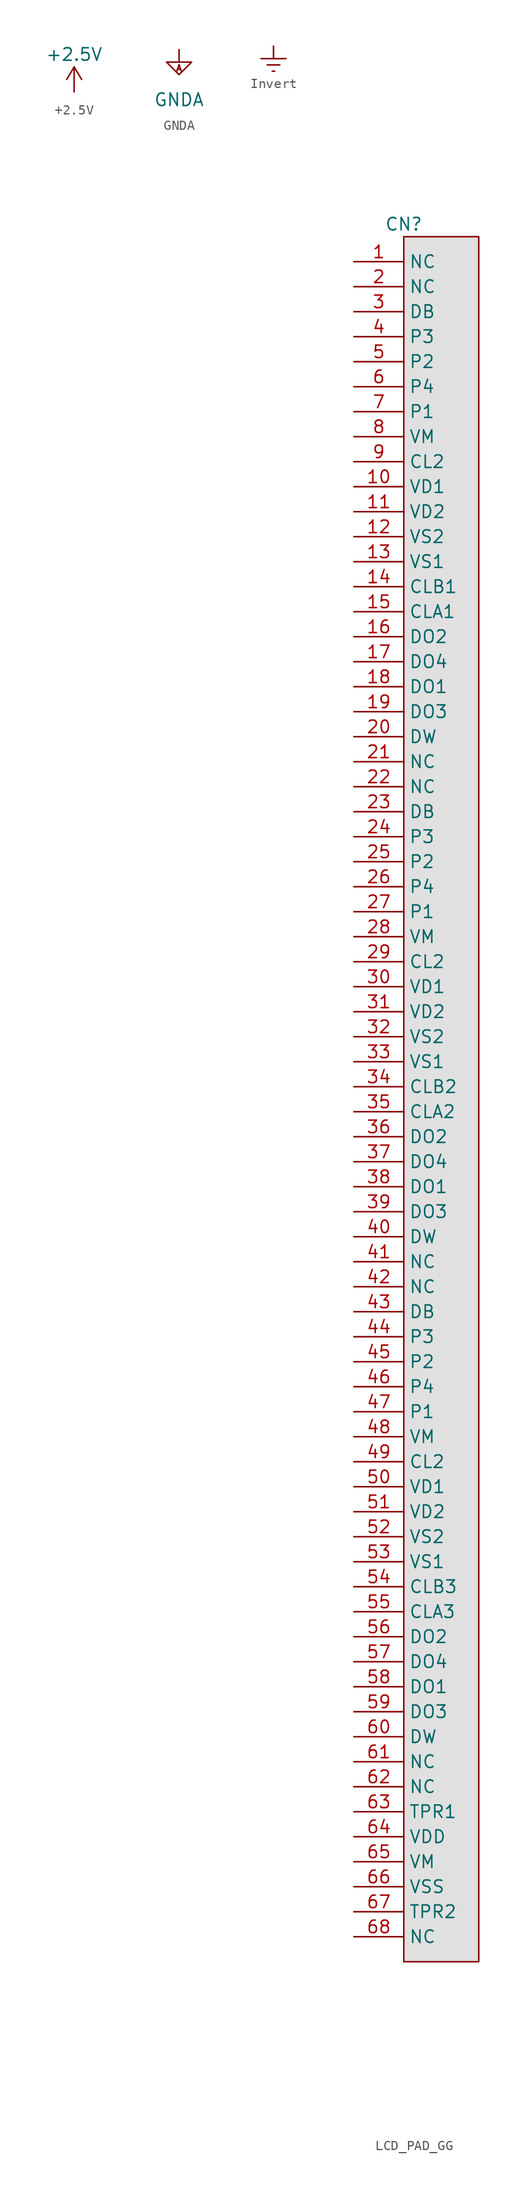
<source format=kicad_sym>
(kicad_symbol_lib
  (version 20220914)
  (generator kicad_symbol_editor)
  (symbol "+2.5V"
    (power)
    (pin_names
      (offset 0))
    (property "Reference" "#PWR033"
      (at 0 -3.81 0)
      (effects (font (size 1.27 1.27)) hide))
    (property "Value" "+2.5V"
      (at 0 3.81 0)
      (effects (font (size 1.27 1.27))))
    (symbol "+2.5V_0_1"
      (polyline (pts (xy -0.762 1.27) (xy 0 2.54)) (stroke (width 0) (type default)) (fill (type none)))
      (polyline (pts (xy 0 0) (xy 0 2.54)) (stroke (width 0) (type default)) (fill (type none)))
      (polyline (pts (xy 0 2.54) (xy 0.762 1.27)) (stroke (width 0) (type default)) (fill (type none))))
    (symbol "+2.5V_1_1"
      (pin power_in line (at 0 0 90) (length 0) hide (name "+2.5VA" (effects (font (size 1.27 1.27)))) (number "1" (effects (font (size 1.27 1.27)))))))
  (symbol "GNDA"
    (power)
    (pin_names
      (offset 0))
    (property "Reference" "#PWR021"
      (at 0 -6.35 0)
      (effects (font (size 1.27 1.27)) hide))
    (property "Value" "GNDA"
      (at 0 -5.08 0)
      (effects (font (size 1.27 1.27))))
    (symbol "GNDA_0_1"
      (polyline (pts (xy 0 0) (xy 0 -1.27) (xy 1.27 -1.27) (xy 0 -2.54) (xy -1.27 -1.27) (xy 0 -1.27)) (stroke (width 0) (type default)) (fill (type none)))
      (text "A" (at 0 -1.88 0) (effects (font (size 0.635 0.635)))))
    (symbol "GNDA_1_1"
      (pin power_in line (at 0 0 270) (length 0) hide (name "GNDA" (effects (font (size 1.27 1.27)))) (number "1" (effects (font (size 1.27 1.27)))))))
  (symbol "Invert"
    (power)
    (pin_names
      (offset 0))
    (property "Reference" "#PWR022"
      (at 0 -6.35 0)
      (effects (font (size 1.27 1.27)) hide))
    (symbol "Invert_0_1"
      (polyline (pts (xy -0.635 -1.905) (xy 0.635 -1.905)) (stroke (width 0) (type default)) (fill (type none)))
      (polyline (pts (xy -0.127 -2.54) (xy 0.127 -2.54)) (stroke (width 0) (type default)) (fill (type none)))
      (polyline (pts (xy 0 -1.27) (xy 0 0)) (stroke (width 0) (type default)) (fill (type none)))
      (polyline (pts (xy 1.27 -1.27) (xy -1.27 -1.27)) (stroke (width 0) (type default)) (fill (type none))))
    (symbol "Invert_1_1"
      (pin power_in line (at 0 0 270) (length 0) hide (name "Invert" (effects (font (size 1.27 1.27)))) (number "1" (effects (font (size 1.27 1.27)))))))
  (symbol "LCD_PAD_GG"
    (property "Reference" "CN"
      (at -3.81 88.9 0)
      (effects (font (size 1.27 1.27))))
    (property "Value" ""
      (at -3.81 88.9 0)
      (effects (font (size 1.27 1.27))))
    (symbol "LCD_PAD_GG_0_1"
      (rectangle (start -3.81 87.63) (end 3.81 -87.63) (stroke (width 0) (type default)) (fill (type color) (color 132 132 132 0.251))))
    (symbol "LCD_PAD_GG_1_1"
      (pin passive line (at -8.89 85.09 0) (length 5.08) (name "NC" (effects (font (size 1.27 1.27)))) (number "1" (effects (font (size 1.27 1.27)))))
      (pin passive line (at -8.89 62.23 0) (length 5.08) (name "VD1" (effects (font (size 1.27 1.27)))) (number "10" (effects (font (size 1.27 1.27)))))
      (pin passive line (at -8.89 59.69 0) (length 5.08) (name "VD2" (effects (font (size 1.27 1.27)))) (number "11" (effects (font (size 1.27 1.27)))))
      (pin passive line (at -8.89 57.15 0) (length 5.08) (name "VS2" (effects (font (size 1.27 1.27)))) (number "12" (effects (font (size 1.27 1.27)))))
      (pin passive line (at -8.89 54.61 0) (length 5.08) (name "VS1" (effects (font (size 1.27 1.27)))) (number "13" (effects (font (size 1.27 1.27)))))
      (pin passive line (at -8.89 52.07 0) (length 5.08) (name "CLB1" (effects (font (size 1.27 1.27)))) (number "14" (effects (font (size 1.27 1.27)))))
      (pin passive line (at -8.89 49.53 0) (length 5.08) (name "CLA1" (effects (font (size 1.27 1.27)))) (number "15" (effects (font (size 1.27 1.27)))))
      (pin passive line (at -8.89 46.99 0) (length 5.08) (name "DO2" (effects (font (size 1.27 1.27)))) (number "16" (effects (font (size 1.27 1.27)))))
      (pin passive line (at -8.89 44.45 0) (length 5.08) (name "DO4" (effects (font (size 1.27 1.27)))) (number "17" (effects (font (size 1.27 1.27)))))
      (pin passive line (at -8.89 41.91 0) (length 5.08) (name "DO1" (effects (font (size 1.27 1.27)))) (number "18" (effects (font (size 1.27 1.27)))))
      (pin passive line (at -8.89 39.37 0) (length 5.08) (name "DO3" (effects (font (size 1.27 1.27)))) (number "19" (effects (font (size 1.27 1.27)))))
      (pin passive line (at -8.89 82.55 0) (length 5.08) (name "NC" (effects (font (size 1.27 1.27)))) (number "2" (effects (font (size 1.27 1.27)))))
      (pin passive line (at -8.89 36.83 0) (length 5.08) (name "DW" (effects (font (size 1.27 1.27)))) (number "20" (effects (font (size 1.27 1.27)))))
      (pin passive line (at -8.89 34.29 0) (length 5.08) (name "NC" (effects (font (size 1.27 1.27)))) (number "21" (effects (font (size 1.27 1.27)))))
      (pin passive line (at -8.89 31.75 0) (length 5.08) (name "NC" (effects (font (size 1.27 1.27)))) (number "22" (effects (font (size 1.27 1.27)))))
      (pin passive line (at -8.89 29.21 0) (length 5.08) (name "DB" (effects (font (size 1.27 1.27)))) (number "23" (effects (font (size 1.27 1.27)))))
      (pin passive line (at -8.89 26.67 0) (length 5.08) (name "P3" (effects (font (size 1.27 1.27)))) (number "24" (effects (font (size 1.27 1.27)))))
      (pin passive line (at -8.89 24.13 0) (length 5.08) (name "P2" (effects (font (size 1.27 1.27)))) (number "25" (effects (font (size 1.27 1.27)))))
      (pin passive line (at -8.89 21.59 0) (length 5.08) (name "P4" (effects (font (size 1.27 1.27)))) (number "26" (effects (font (size 1.27 1.27)))))
      (pin passive line (at -8.89 19.05 0) (length 5.08) (name "P1" (effects (font (size 1.27 1.27)))) (number "27" (effects (font (size 1.27 1.27)))))
      (pin passive line (at -8.89 16.51 0) (length 5.08) (name "VM" (effects (font (size 1.27 1.27)))) (number "28" (effects (font (size 1.27 1.27)))))
      (pin passive line (at -8.89 13.97 0) (length 5.08) (name "CL2" (effects (font (size 1.27 1.27)))) (number "29" (effects (font (size 1.27 1.27)))))
      (pin passive line (at -8.89 80.01 0) (length 5.08) (name "DB" (effects (font (size 1.27 1.27)))) (number "3" (effects (font (size 1.27 1.27)))))
      (pin passive line (at -8.89 11.43 0) (length 5.08) (name "VD1" (effects (font (size 1.27 1.27)))) (number "30" (effects (font (size 1.27 1.27)))))
      (pin passive line (at -8.89 8.89 0) (length 5.08) (name "VD2" (effects (font (size 1.27 1.27)))) (number "31" (effects (font (size 1.27 1.27)))))
      (pin passive line (at -8.89 6.35 0) (length 5.08) (name "VS2" (effects (font (size 1.27 1.27)))) (number "32" (effects (font (size 1.27 1.27)))))
      (pin passive line (at -8.89 3.81 0) (length 5.08) (name "VS1" (effects (font (size 1.27 1.27)))) (number "33" (effects (font (size 1.27 1.27)))))
      (pin passive line (at -8.89 1.27 0) (length 5.08) (name "CLB2" (effects (font (size 1.27 1.27)))) (number "34" (effects (font (size 1.27 1.27)))))
      (pin passive line (at -8.89 -1.27 0) (length 5.08) (name "CLA2" (effects (font (size 1.27 1.27)))) (number "35" (effects (font (size 1.27 1.27)))))
      (pin passive line (at -8.89 -3.81 0) (length 5.08) (name "DO2" (effects (font (size 1.27 1.27)))) (number "36" (effects (font (size 1.27 1.27)))))
      (pin passive line (at -8.89 -6.35 0) (length 5.08) (name "DO4" (effects (font (size 1.27 1.27)))) (number "37" (effects (font (size 1.27 1.27)))))
      (pin passive line (at -8.89 -8.89 0) (length 5.08) (name "DO1" (effects (font (size 1.27 1.27)))) (number "38" (effects (font (size 1.27 1.27)))))
      (pin passive line (at -8.89 -11.43 0) (length 5.08) (name "DO3" (effects (font (size 1.27 1.27)))) (number "39" (effects (font (size 1.27 1.27)))))
      (pin passive line (at -8.89 77.47 0) (length 5.08) (name "P3" (effects (font (size 1.27 1.27)))) (number "4" (effects (font (size 1.27 1.27)))))
      (pin passive line (at -8.89 -13.97 0) (length 5.08) (name "DW" (effects (font (size 1.27 1.27)))) (number "40" (effects (font (size 1.27 1.27)))))
      (pin passive line (at -8.89 -16.51 0) (length 5.08) (name "NC" (effects (font (size 1.27 1.27)))) (number "41" (effects (font (size 1.27 1.27)))))
      (pin passive line (at -8.89 -19.05 0) (length 5.08) (name "NC" (effects (font (size 1.27 1.27)))) (number "42" (effects (font (size 1.27 1.27)))))
      (pin passive line (at -8.89 -21.59 0) (length 5.08) (name "DB" (effects (font (size 1.27 1.27)))) (number "43" (effects (font (size 1.27 1.27)))))
      (pin passive line (at -8.89 -24.13 0) (length 5.08) (name "P3" (effects (font (size 1.27 1.27)))) (number "44" (effects (font (size 1.27 1.27)))))
      (pin passive line (at -8.89 -26.67 0) (length 5.08) (name "P2" (effects (font (size 1.27 1.27)))) (number "45" (effects (font (size 1.27 1.27)))))
      (pin passive line (at -8.89 -29.21 0) (length 5.08) (name "P4" (effects (font (size 1.27 1.27)))) (number "46" (effects (font (size 1.27 1.27)))))
      (pin passive line (at -8.89 -31.75 0) (length 5.08) (name "P1" (effects (font (size 1.27 1.27)))) (number "47" (effects (font (size 1.27 1.27)))))
      (pin passive line (at -8.89 -34.29 0) (length 5.08) (name "VM" (effects (font (size 1.27 1.27)))) (number "48" (effects (font (size 1.27 1.27)))))
      (pin passive line (at -8.89 -36.83 0) (length 5.08) (name "CL2" (effects (font (size 1.27 1.27)))) (number "49" (effects (font (size 1.27 1.27)))))
      (pin passive line (at -8.89 74.93 0) (length 5.08) (name "P2" (effects (font (size 1.27 1.27)))) (number "5" (effects (font (size 1.27 1.27)))))
      (pin passive line (at -8.89 -39.37 0) (length 5.08) (name "VD1" (effects (font (size 1.27 1.27)))) (number "50" (effects (font (size 1.27 1.27)))))
      (pin passive line (at -8.89 -41.91 0) (length 5.08) (name "VD2" (effects (font (size 1.27 1.27)))) (number "51" (effects (font (size 1.27 1.27)))))
      (pin passive line (at -8.89 -44.45 0) (length 5.08) (name "VS2" (effects (font (size 1.27 1.27)))) (number "52" (effects (font (size 1.27 1.27)))))
      (pin passive line (at -8.89 -46.99 0) (length 5.08) (name "VS1" (effects (font (size 1.27 1.27)))) (number "53" (effects (font (size 1.27 1.27)))))
      (pin passive line (at -8.89 -49.53 0) (length 5.08) (name "CLB3" (effects (font (size 1.27 1.27)))) (number "54" (effects (font (size 1.27 1.27)))))
      (pin passive line (at -8.89 -52.07 0) (length 5.08) (name "CLA3" (effects (font (size 1.27 1.27)))) (number "55" (effects (font (size 1.27 1.27)))))
      (pin passive line (at -8.89 -54.61 0) (length 5.08) (name "DO2" (effects (font (size 1.27 1.27)))) (number "56" (effects (font (size 1.27 1.27)))))
      (pin passive line (at -8.89 -57.15 0) (length 5.08) (name "DO4" (effects (font (size 1.27 1.27)))) (number "57" (effects (font (size 1.27 1.27)))))
      (pin passive line (at -8.89 -59.69 0) (length 5.08) (name "DO1" (effects (font (size 1.27 1.27)))) (number "58" (effects (font (size 1.27 1.27)))))
      (pin passive line (at -8.89 -62.23 0) (length 5.08) (name "DO3" (effects (font (size 1.27 1.27)))) (number "59" (effects (font (size 1.27 1.27)))))
      (pin passive line (at -8.89 72.39 0) (length 5.08) (name "P4" (effects (font (size 1.27 1.27)))) (number "6" (effects (font (size 1.27 1.27)))))
      (pin passive line (at -8.89 -64.77 0) (length 5.08) (name "DW" (effects (font (size 1.27 1.27)))) (number "60" (effects (font (size 1.27 1.27)))))
      (pin passive line (at -8.89 -67.31 0) (length 5.08) (name "NC" (effects (font (size 1.27 1.27)))) (number "61" (effects (font (size 1.27 1.27)))))
      (pin passive line (at -8.89 -69.85 0) (length 5.08) (name "NC" (effects (font (size 1.27 1.27)))) (number "62" (effects (font (size 1.27 1.27)))))
      (pin passive line (at -8.89 -72.39 0) (length 5.08) (name "TPR1" (effects (font (size 1.27 1.27)))) (number "63" (effects (font (size 1.27 1.27)))))
      (pin passive line (at -8.89 -74.93 0) (length 5.08) (name "VDD" (effects (font (size 1.27 1.27)))) (number "64" (effects (font (size 1.27 1.27)))))
      (pin passive line (at -8.89 -77.47 0) (length 5.08) (name "VM" (effects (font (size 1.27 1.27)))) (number "65" (effects (font (size 1.27 1.27)))))
      (pin passive line (at -8.89 -80.01 0) (length 5.08) (name "VSS" (effects (font (size 1.27 1.27)))) (number "66" (effects (font (size 1.27 1.27)))))
      (pin passive line (at -8.89 -82.55 0) (length 5.08) (name "TPR2" (effects (font (size 1.27 1.27)))) (number "67" (effects (font (size 1.27 1.27)))))
      (pin passive line (at -8.89 -85.09 0) (length 5.08) (name "NC" (effects (font (size 1.27 1.27)))) (number "68" (effects (font (size 1.27 1.27)))))
      (pin passive line (at -8.89 69.85 0) (length 5.08) (name "P1" (effects (font (size 1.27 1.27)))) (number "7" (effects (font (size 1.27 1.27)))))
      (pin passive line (at -8.89 67.31 0) (length 5.08) (name "VM" (effects (font (size 1.27 1.27)))) (number "8" (effects (font (size 1.27 1.27)))))
      (pin passive line (at -8.89 64.77 0) (length 5.08) (name "CL2" (effects (font (size 1.27 1.27)))) (number "9" (effects (font (size 1.27 1.27))))))))
</source>
